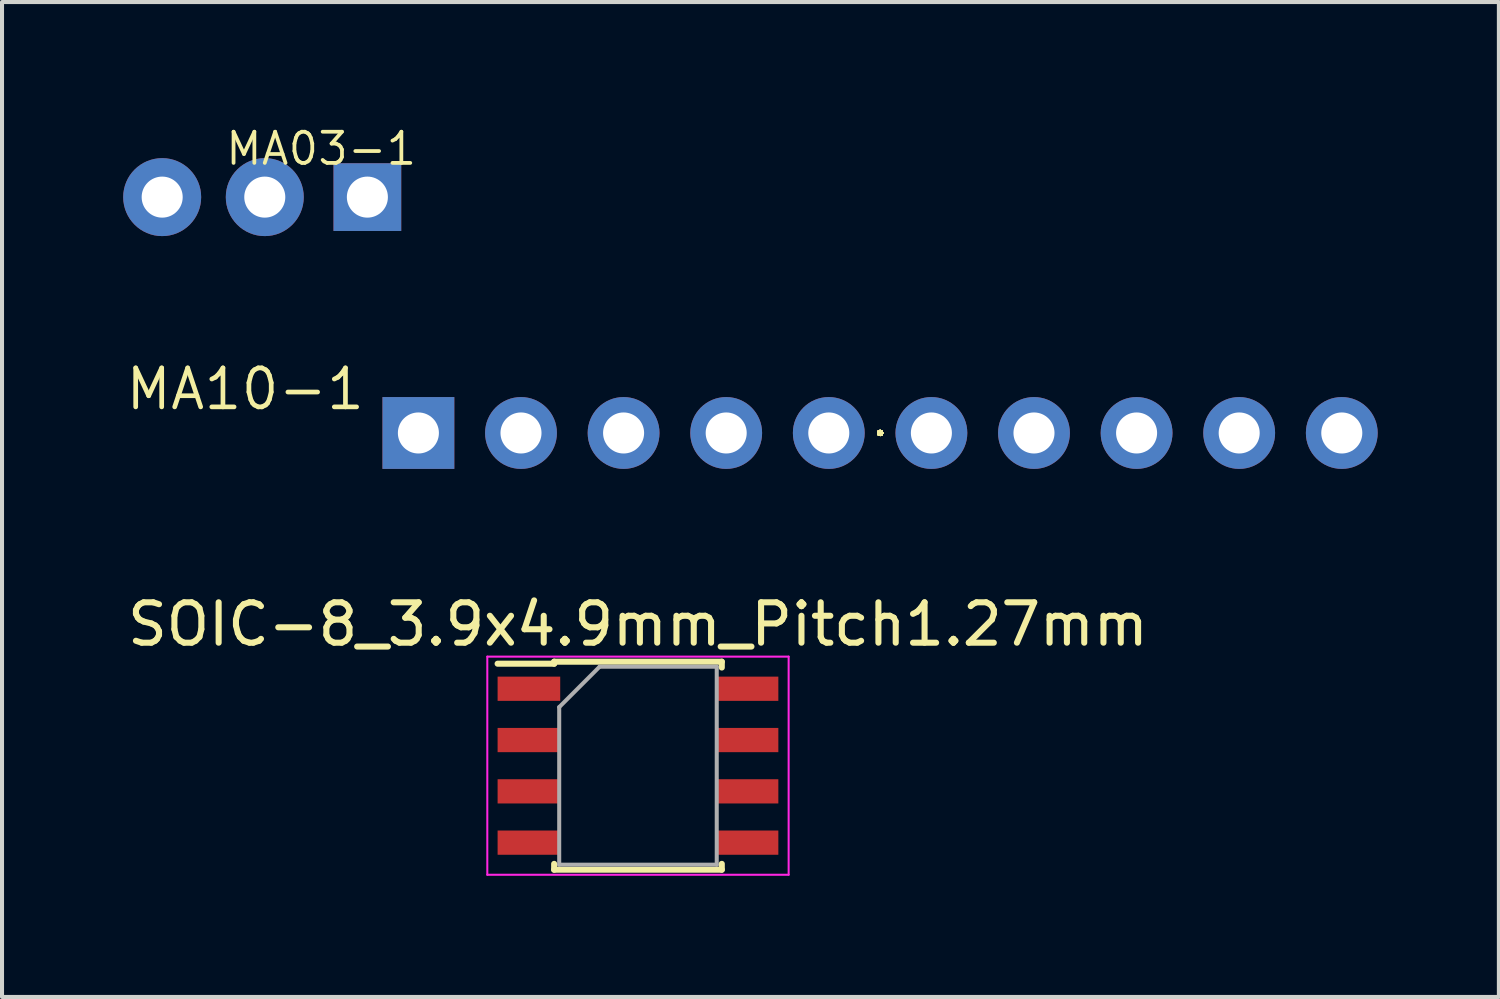
<source format=kicad_pcb>
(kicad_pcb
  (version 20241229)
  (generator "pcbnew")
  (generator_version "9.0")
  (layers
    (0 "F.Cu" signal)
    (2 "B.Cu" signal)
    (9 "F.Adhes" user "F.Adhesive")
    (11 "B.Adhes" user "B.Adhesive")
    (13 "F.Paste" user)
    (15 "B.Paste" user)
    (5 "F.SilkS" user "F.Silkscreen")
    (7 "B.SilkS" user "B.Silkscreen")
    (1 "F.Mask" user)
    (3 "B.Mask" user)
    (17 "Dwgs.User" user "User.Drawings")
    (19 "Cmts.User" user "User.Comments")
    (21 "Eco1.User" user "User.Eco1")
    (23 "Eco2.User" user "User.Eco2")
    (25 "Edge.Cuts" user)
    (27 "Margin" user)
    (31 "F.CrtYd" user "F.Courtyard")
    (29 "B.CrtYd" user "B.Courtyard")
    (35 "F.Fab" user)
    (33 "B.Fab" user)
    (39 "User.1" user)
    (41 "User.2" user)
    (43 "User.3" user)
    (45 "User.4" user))
  (footprint "MA03-1"
    (layer "F.Cu")
    (at 3.505 1.83)
    (property "Reference" "MA03-1" (at 3.81 -1.651 180) (layer "F.SilkS") (effects (font (size 0.772 0.772) (thickness 0.093)) (justify right top)))
    (attr through_hole)
    (fp_line (start 0 0) (end 0 0) (stroke (width 0.152) (type solid)) (layer "F.SilkS"))
    (fp_line (start 0 0) (end 0 0) (stroke (width 0.152) (type solid)) (layer "F.SilkS"))
    (fp_line (start 0 0) (end 0 0) (stroke (width 0.152) (type solid)) (layer "F.SilkS"))
    (fp_line (start 0 0) (end 0 0) (stroke (width 0.152) (type solid)) (layer "F.SilkS"))
    (fp_line (start 0 0) (end 0 0) (stroke (width 0.152) (type solid)) (layer "F.SilkS"))
    (fp_line (start 0 0) (end 0 0) (stroke (width 0.152) (type solid)) (layer "F.SilkS"))
    (fp_line (start 0 0) (end 0 0) (stroke (width 0.152) (type solid)) (layer "F.SilkS"))
    (fp_line (start 0 0) (end 0 0) (stroke (width 0.152) (type solid)) (layer "F.SilkS"))
    (fp_line (start 0 0) (end 0 0) (stroke (width 0.152) (type solid)) (layer "F.SilkS"))
    (fp_line (start 0 0) (end 0 0) (stroke (width 0.152) (type solid)) (layer "F.SilkS"))
    (fp_line (start 0 0) (end 0 0) (stroke (width 0.152) (type solid)) (layer "F.SilkS"))
    (fp_line (start 0 0) (end 0 0) (stroke (width 0.152) (type solid)) (layer "F.SilkS"))
    (fp_line (start 0 0) (end 0 0) (stroke (width 0.152) (type solid)) (layer "F.SilkS"))
    (fp_line (start 0 0) (end 0 0) (stroke (width 0.152) (type solid)) (layer "F.SilkS"))
    (fp_line (start 0 0) (end 0 0) (stroke (width 0.152) (type solid)) (layer "F.SilkS"))
    (fp_line (start 0 0) (end 0 0) (stroke (width 0.152) (type solid)) (layer "F.SilkS"))
    (fp_line (start 0 0) (end 0 0) (stroke (width 0.152) (type solid)) (layer "F.SilkS"))
    (fp_line (start 0 0) (end 0 0) (stroke (width 0.152) (type solid)) (layer "F.SilkS"))
    (fp_line (start 0 0) (end 0 0) (stroke (width 0.152) (type solid)) (layer "F.SilkS"))
    (fp_line (start 0 0) (end 0 0) (stroke (width 0.152) (type solid)) (layer "F.SilkS"))
    (fp_poly (pts (xy -2.794 0.254) (xy -2.286 0.254) (xy -2.286 -0.254) (xy -2.794 -0.254)) (stroke (width 0.1) (type solid)) (fill no) (layer "F.Fab"))
    (fp_poly (pts (xy -0.254 0.254) (xy 0.254 0.254) (xy 0.254 -0.254) (xy -0.254 -0.254)) (stroke (width 0.1) (type solid)) (fill no) (layer "F.Fab"))
    (fp_poly (pts (xy 2.286 0.254) (xy 2.794 0.254) (xy 2.794 -0.254) (xy 2.286 -0.254)) (stroke (width 0.1) (type solid)) (fill no) (layer "F.Fab"))
    (pad "1" thru_hole circle (at -2.54 0 270) (size 1.93 1.93) (drill 1.016) (layers "*.Cu" "*.Mask"))
    (pad "2" thru_hole circle (at 0 0 270) (size 1.93 1.93) (drill 1.016) (layers "*.Cu" "*.Mask"))
    (pad "3" thru_hole rect (at 2.54 0 270) (size 1.676 1.676) (drill 1.016) (layers "*.Cu" "*.Mask")))
  (footprint "MA10-1"
    (layer "F.Cu")
    (at 18.738 7.669)
    (property "Reference" "MA10-1" (at -12.7 -1.651 0) (layer "F.SilkS") (effects (font (size 0.965 0.965) (thickness 0.116)) (justify right top)))
    (attr through_hole)
    (fp_line (start 0 0) (end 0 0) (stroke (width 0.152) (type solid)) (layer "F.SilkS"))
    (fp_line (start 0 0) (end 0 0) (stroke (width 0.152) (type solid)) (layer "F.SilkS"))
    (fp_line (start 0 0) (end 0 0) (stroke (width 0.152) (type solid)) (layer "F.SilkS"))
    (fp_line (start 0 0) (end 0 0) (stroke (width 0.152) (type solid)) (layer "F.SilkS"))
    (fp_line (start 0 0) (end 0 0) (stroke (width 0.152) (type solid)) (layer "F.SilkS"))
    (fp_line (start 0 0) (end 0 0) (stroke (width 0.152) (type solid)) (layer "F.SilkS"))
    (fp_line (start 0 0) (end 0 0) (stroke (width 0.152) (type solid)) (layer "F.SilkS"))
    (fp_line (start 0 0) (end 0 0) (stroke (width 0.152) (type solid)) (layer "F.SilkS"))
    (fp_line (start 0 0) (end 0 0) (stroke (width 0.152) (type solid)) (layer "F.SilkS"))
    (fp_line (start 0 0) (end 0 0) (stroke (width 0.152) (type solid)) (layer "F.SilkS"))
    (fp_line (start 0 0) (end 0 0) (stroke (width 0.152) (type solid)) (layer "F.SilkS"))
    (fp_line (start 0 0) (end 0 0) (stroke (width 0.152) (type solid)) (layer "F.SilkS"))
    (fp_line (start 0 0) (end 0 0) (stroke (width 0.152) (type solid)) (layer "F.SilkS"))
    (fp_line (start 0 0) (end 0 0) (stroke (width 0.152) (type solid)) (layer "F.SilkS"))
    (fp_line (start 0 0) (end 0 0) (stroke (width 0.152) (type solid)) (layer "F.SilkS"))
    (fp_line (start 0 0) (end 0 0) (stroke (width 0.152) (type solid)) (layer "F.SilkS"))
    (fp_line (start 0 0) (end 0 0) (stroke (width 0.152) (type solid)) (layer "F.SilkS"))
    (fp_line (start 0 0) (end 0 0) (stroke (width 0.152) (type solid)) (layer "F.SilkS"))
    (fp_line (start 0 0) (end 0 0) (stroke (width 0.152) (type solid)) (layer "F.SilkS"))
    (fp_line (start 0 0) (end 0 0) (stroke (width 0.152) (type solid)) (layer "F.SilkS"))
    (fp_line (start 0 0) (end 0 0) (stroke (width 0.152) (type solid)) (layer "F.SilkS"))
    (fp_line (start 0 0) (end 0 0) (stroke (width 0.152) (type solid)) (layer "F.SilkS"))
    (fp_line (start 0 0) (end 0 0) (stroke (width 0.152) (type solid)) (layer "F.SilkS"))
    (fp_line (start 0 0) (end 0 0) (stroke (width 0.152) (type solid)) (layer "F.SilkS"))
    (fp_line (start 0 0) (end 0 0) (stroke (width 0.152) (type solid)) (layer "F.SilkS"))
    (fp_line (start 0 0) (end 0 0) (stroke (width 0.152) (type solid)) (layer "F.SilkS"))
    (fp_line (start 0 0) (end 0 0) (stroke (width 0.152) (type solid)) (layer "F.SilkS"))
    (fp_line (start 0 0) (end 0 0) (stroke (width 0.152) (type solid)) (layer "F.SilkS"))
    (fp_line (start 0 0) (end 0 0) (stroke (width 0.152) (type solid)) (layer "F.SilkS"))
    (fp_line (start 0 0) (end 0 0) (stroke (width 0.152) (type solid)) (layer "F.SilkS"))
    (fp_line (start 0 0) (end 0 0) (stroke (width 0.152) (type solid)) (layer "F.SilkS"))
    (fp_line (start 0 0) (end 0 0) (stroke (width 0.152) (type solid)) (layer "F.SilkS"))
    (fp_line (start 0 0) (end 0 0) (stroke (width 0.152) (type solid)) (layer "F.SilkS"))
    (fp_line (start 0 0) (end 0 0) (stroke (width 0.152) (type solid)) (layer "F.SilkS"))
    (fp_line (start 0 0) (end 0 0) (stroke (width 0.152) (type solid)) (layer "F.SilkS"))
    (fp_line (start 0 0) (end 0 0) (stroke (width 0.152) (type solid)) (layer "F.SilkS"))
    (fp_line (start 0 0) (end 0 0) (stroke (width 0.152) (type solid)) (layer "F.SilkS"))
    (fp_line (start 0 0) (end 0 0) (stroke (width 0.152) (type solid)) (layer "F.SilkS"))
    (fp_line (start 0 0) (end 0 0) (stroke (width 0.152) (type solid)) (layer "F.SilkS"))
    (fp_line (start 0 0) (end 0 0) (stroke (width 0.152) (type solid)) (layer "F.SilkS"))
    (fp_line (start 0 0) (end 0 0) (stroke (width 0.152) (type solid)) (layer "F.SilkS"))
    (fp_line (start 0 0) (end 0 0) (stroke (width 0.152) (type solid)) (layer "F.SilkS"))
    (fp_line (start 0 0) (end 0 0) (stroke (width 0.152) (type solid)) (layer "F.SilkS"))
    (fp_line (start 0 0) (end 0 0) (stroke (width 0.152) (type solid)) (layer "F.SilkS"))
    (fp_line (start 0 0) (end 0 0) (stroke (width 0.152) (type solid)) (layer "F.SilkS"))
    (fp_line (start 0 0) (end 0 0) (stroke (width 0.152) (type solid)) (layer "F.SilkS"))
    (fp_line (start 0 0) (end 0 0) (stroke (width 0.152) (type solid)) (layer "F.SilkS"))
    (fp_line (start 0 0) (end 0 0) (stroke (width 0.152) (type solid)) (layer "F.SilkS"))
    (fp_line (start 0 0) (end 0 0) (stroke (width 0.152) (type solid)) (layer "F.SilkS"))
    (fp_line (start 0 0) (end 0 0) (stroke (width 0.152) (type solid)) (layer "F.SilkS"))
    (fp_line (start 0 0) (end 0 0) (stroke (width 0.152) (type solid)) (layer "F.SilkS"))
    (fp_line (start 0 0) (end 0 0) (stroke (width 0.152) (type solid)) (layer "F.SilkS"))
    (fp_line (start 0 0) (end 0 0) (stroke (width 0.152) (type solid)) (layer "F.SilkS"))
    (fp_line (start 0 0) (end 0 0) (stroke (width 0.152) (type solid)) (layer "F.SilkS"))
    (fp_line (start 0 0) (end 0 0) (stroke (width 0.152) (type solid)) (layer "F.SilkS"))
    (fp_line (start 0 0) (end 0 0) (stroke (width 0.152) (type solid)) (layer "F.SilkS"))
    (fp_line (start 0 0) (end 0 0) (stroke (width 0.152) (type solid)) (layer "F.SilkS"))
    (fp_line (start 0 0) (end 0 0) (stroke (width 0.152) (type solid)) (layer "F.SilkS"))
    (fp_line (start 0 0) (end 0 0) (stroke (width 0.152) (type solid)) (layer "F.SilkS"))
    (fp_line (start 0 0) (end 0 0) (stroke (width 0.152) (type solid)) (layer "F.SilkS"))
    (fp_line (start 0 0) (end 0 0) (stroke (width 0.152) (type solid)) (layer "F.SilkS"))
    (fp_line (start 0 0) (end 0 0) (stroke (width 0.152) (type solid)) (layer "F.SilkS"))
    (fp_poly (pts (xy -11.684 0.254) (xy -11.176 0.254) (xy -11.176 -0.254) (xy -11.684 -0.254)) (stroke (width 0.1) (type solid)) (fill no) (layer "F.Fab"))
    (fp_poly (pts (xy -9.144 0.254) (xy -8.636 0.254) (xy -8.636 -0.254) (xy -9.144 -0.254)) (stroke (width 0.1) (type solid)) (fill no) (layer "F.Fab"))
    (fp_poly (pts (xy -6.604 0.254) (xy -6.096 0.254) (xy -6.096 -0.254) (xy -6.604 -0.254)) (stroke (width 0.1) (type solid)) (fill no) (layer "F.Fab"))
    (fp_poly (pts (xy -4.064 0.254) (xy -3.556 0.254) (xy -3.556 -0.254) (xy -4.064 -0.254)) (stroke (width 0.1) (type solid)) (fill no) (layer "F.Fab"))
    (fp_poly (pts (xy -1.524 0.254) (xy -1.016 0.254) (xy -1.016 -0.254) (xy -1.524 -0.254)) (stroke (width 0.1) (type solid)) (fill no) (layer "F.Fab"))
    (fp_poly (pts (xy 1.016 0.254) (xy 1.524 0.254) (xy 1.524 -0.254) (xy 1.016 -0.254)) (stroke (width 0.1) (type solid)) (fill no) (layer "F.Fab"))
    (fp_poly (pts (xy 3.556 0.254) (xy 4.064 0.254) (xy 4.064 -0.254) (xy 3.556 -0.254)) (stroke (width 0.1) (type solid)) (fill no) (layer "F.Fab"))
    (fp_poly (pts (xy 6.096 0.254) (xy 6.604 0.254) (xy 6.604 -0.254) (xy 6.096 -0.254)) (stroke (width 0.1) (type solid)) (fill no) (layer "F.Fab"))
    (fp_poly (pts (xy 8.636 0.254) (xy 9.144 0.254) (xy 9.144 -0.254) (xy 8.636 -0.254)) (stroke (width 0.1) (type solid)) (fill no) (layer "F.Fab"))
    (fp_poly (pts (xy 11.176 0.254) (xy 11.684 0.254) (xy 11.684 -0.254) (xy 11.176 -0.254)) (stroke (width 0.1) (type solid)) (fill no) (layer "F.Fab"))
    (pad "1" thru_hole rect (at -11.43 0 90) (size 1.778 1.778) (drill 1.016) (layers "*.Cu" "*.Mask"))
    (pad "2" thru_hole circle (at -8.89 0 90) (size 1.778 1.778) (drill 1.016) (layers "*.Cu" "*.Mask"))
    (pad "3" thru_hole circle (at -6.35 0 90) (size 1.778 1.778) (drill 1.016) (layers "*.Cu" "*.Mask"))
    (pad "4" thru_hole circle (at -3.81 0 90) (size 1.778 1.778) (drill 1.016) (layers "*.Cu" "*.Mask"))
    (pad "5" thru_hole circle (at -1.27 0 90) (size 1.778 1.778) (drill 1.016) (layers "*.Cu" "*.Mask"))
    (pad "6" thru_hole circle (at 1.27 0 90) (size 1.778 1.778) (drill 1.016) (layers "*.Cu" "*.Mask"))
    (pad "7" thru_hole circle (at 3.81 0 90) (size 1.778 1.778) (drill 1.016) (layers "*.Cu" "*.Mask"))
    (pad "8" thru_hole circle (at 6.35 0 90) (size 1.778 1.778) (drill 1.016) (layers "*.Cu" "*.Mask"))
    (pad "9" thru_hole circle (at 8.89 0 90) (size 1.778 1.778) (drill 1.016) (layers "*.Cu" "*.Mask"))
    (pad "10" thru_hole circle (at 11.43 0 90) (size 1.778 1.778) (drill 1.016) (layers "*.Cu" "*.Mask")))
  (footprint "SOIC-8_3.9x4.9mm_Pitch1.27mm"
    (layer "F.Cu")
    (at 12.744 15.906)
    (property "Reference" "SOIC-8_3.9x4.9mm_Pitch1.27mm" (at 0 -3.5 0) (layer "F.SilkS") (effects (font (size 1 1) (thickness 0.15))))
    (attr smd)
    (fp_line (start -2.075 -2.575) (end -2.075 -2.525) (stroke (width 0.15) (type solid)) (layer "F.SilkS"))
    (fp_line (start -2.075 -2.575) (end 2.075 -2.575) (stroke (width 0.15) (type solid)) (layer "F.SilkS"))
    (fp_line (start -2.075 -2.525) (end -3.475 -2.525) (stroke (width 0.15) (type solid)) (layer "F.SilkS"))
    (fp_line (start -2.075 2.575) (end -2.075 2.43) (stroke (width 0.15) (type solid)) (layer "F.SilkS"))
    (fp_line (start -2.075 2.575) (end 2.075 2.575) (stroke (width 0.15) (type solid)) (layer "F.SilkS"))
    (fp_line (start 2.075 -2.575) (end 2.075 -2.43) (stroke (width 0.15) (type solid)) (layer "F.SilkS"))
    (fp_line (start 2.075 2.575) (end 2.075 2.43) (stroke (width 0.15) (type solid)) (layer "F.SilkS"))
    (fp_line (start -3.73 -2.7) (end -3.73 2.7) (stroke (width 0.05) (type solid)) (layer "F.CrtYd"))
    (fp_line (start -3.73 -2.7) (end 3.73 -2.7) (stroke (width 0.05) (type solid)) (layer "F.CrtYd"))
    (fp_line (start -3.73 2.7) (end 3.73 2.7) (stroke (width 0.05) (type solid)) (layer "F.CrtYd"))
    (fp_line (start 3.73 -2.7) (end 3.73 2.7) (stroke (width 0.05) (type solid)) (layer "F.CrtYd"))
    (fp_line (start -1.95 -1.45) (end -0.95 -2.45) (stroke (width 0.1) (type solid)) (layer "F.Fab"))
    (fp_line (start -1.95 2.45) (end -1.95 -1.45) (stroke (width 0.1) (type solid)) (layer "F.Fab"))
    (fp_line (start -0.95 -2.45) (end 1.95 -2.45) (stroke (width 0.1) (type solid)) (layer "F.Fab"))
    (fp_line (start 1.95 -2.45) (end 1.95 2.45) (stroke (width 0.1) (type solid)) (layer "F.Fab"))
    (fp_line (start 1.95 2.45) (end -1.95 2.45) (stroke (width 0.1) (type solid)) (layer "F.Fab"))
    (pad "HB" smd rect (at -2.7 -0.635) (size 1.55 0.6) (layers "F.Cu" "F.Mask" "F.Paste"))
    (pad "HI" smd rect (at 2.7 1.905) (size 1.55 0.6) (layers "F.Cu" "F.Mask" "F.Paste"))
    (pad "HO" smd rect (at -2.7 0.635) (size 1.55 0.6) (layers "F.Cu" "F.Mask" "F.Paste"))
    (pad "HS" smd rect (at -2.7 1.905) (size 1.55 0.6) (layers "F.Cu" "F.Mask" "F.Paste"))
    (pad "LI" smd rect (at 2.7 0.635) (size 1.55 0.6) (layers "F.Cu" "F.Mask" "F.Paste"))
    (pad "LO" smd rect (at 2.7 -1.905) (size 1.55 0.6) (layers "F.Cu" "F.Mask" "F.Paste"))
    (pad "VDD" smd rect (at -2.7 -1.905) (size 1.55 0.6) (layers "F.Cu" "F.Mask" "F.Paste"))
    (pad "VSS" smd rect (at 2.7 -0.635) (size 1.55 0.6) (layers "F.Cu" "F.Mask" "F.Paste")))
  (gr_rect
    (start -3 -3)
    (end 34.057 21.631)
    (stroke (width 0.1) (type default))
    (fill no)
    (layer "Edge.Cuts")))
</source>
